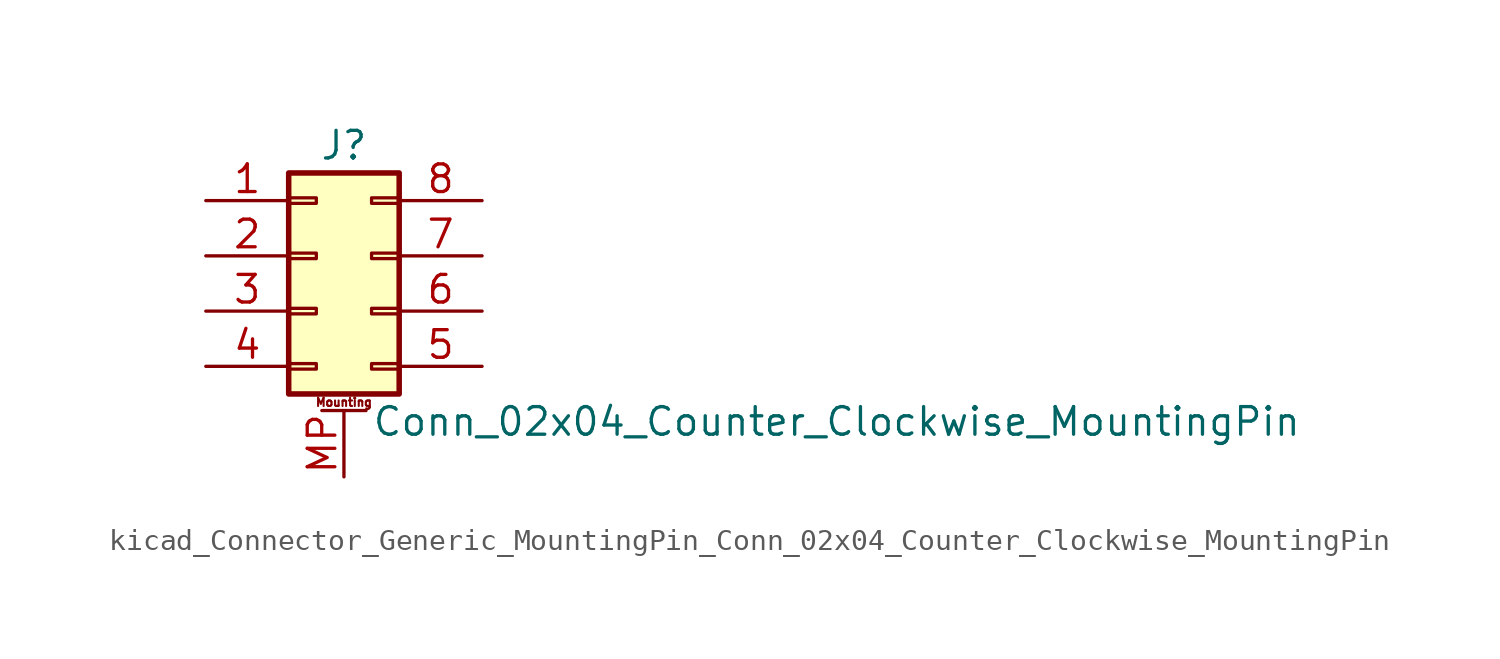
<source format=kicad_sym>
(kicad_symbol_lib
  (version 20220914)
  (generator kicad_symbol_editor)
  (symbol "kicad_Connector_Generic_MountingPin_Conn_02x04_Counter_Clockwise_MountingPin"
    (pin_names
      (offset 1.016) hide)
    (property "Reference" "J"
      (at 1.27 5.08 0)
      (effects (font (size 1.27 1.27))))
    (property "Value" "Conn_02x04_Counter_Clockwise_MountingPin"
      (at 2.54 -7.62 0)
      (effects (font (size 1.27 1.27)) (justify left)))
    (symbol "kicad_Connector_Generic_MountingPin_Conn_02x04_Counter_Clockwise_MountingPin_1_1"
      (rectangle (start -1.27 -4.953) (end 0 -5.207) (stroke (width 0.152) (type default)) (fill (type none)))
      (rectangle (start -1.27 -2.413) (end 0 -2.667) (stroke (width 0.152) (type default)) (fill (type none)))
      (rectangle (start -1.27 0.127) (end 0 -0.127) (stroke (width 0.152) (type default)) (fill (type none)))
      (rectangle (start -1.27 2.667) (end 0 2.413) (stroke (width 0.152) (type default)) (fill (type none)))
      (rectangle (start -1.27 3.81) (end 3.81 -6.35) (stroke (width 0.254) (type default)) (fill (type background)))
      (polyline (pts (xy 0.254 -7.112) (xy 2.286 -7.112)) (stroke (width 0.152) (type default)) (fill (type none)))
      (rectangle (start 3.81 -4.953) (end 2.54 -5.207) (stroke (width 0.152) (type default)) (fill (type none)))
      (rectangle (start 3.81 -2.413) (end 2.54 -2.667) (stroke (width 0.152) (type default)) (fill (type none)))
      (rectangle (start 3.81 0.127) (end 2.54 -0.127) (stroke (width 0.152) (type default)) (fill (type none)))
      (rectangle (start 3.81 2.667) (end 2.54 2.413) (stroke (width 0.152) (type default)) (fill (type none)))
      (text "Mounting" (at 1.27 -6.731 0) (effects (font (size 0.381 0.381))))
      (pin passive line (at -5.08 2.54 0) (length 3.81) (name "Pin_1" (effects (font (size 1.27 1.27)))) (number "1" (effects (font (size 1.27 1.27)))))
      (pin passive line (at -5.08 0 0) (length 3.81) (name "Pin_2" (effects (font (size 1.27 1.27)))) (number "2" (effects (font (size 1.27 1.27)))))
      (pin passive line (at -5.08 -2.54 0) (length 3.81) (name "Pin_3" (effects (font (size 1.27 1.27)))) (number "3" (effects (font (size 1.27 1.27)))))
      (pin passive line (at -5.08 -5.08 0) (length 3.81) (name "Pin_4" (effects (font (size 1.27 1.27)))) (number "4" (effects (font (size 1.27 1.27)))))
      (pin passive line (at 7.62 -5.08 180) (length 3.81) (name "Pin_5" (effects (font (size 1.27 1.27)))) (number "5" (effects (font (size 1.27 1.27)))))
      (pin passive line (at 7.62 -2.54 180) (length 3.81) (name "Pin_6" (effects (font (size 1.27 1.27)))) (number "6" (effects (font (size 1.27 1.27)))))
      (pin passive line (at 7.62 0 180) (length 3.81) (name "Pin_7" (effects (font (size 1.27 1.27)))) (number "7" (effects (font (size 1.27 1.27)))))
      (pin passive line (at 7.62 2.54 180) (length 3.81) (name "Pin_8" (effects (font (size 1.27 1.27)))) (number "8" (effects (font (size 1.27 1.27)))))
      (pin passive line (at 1.27 -10.16 90) (length 3.048) (name "MountPin" (effects (font (size 1.27 1.27)))) (number "MP" (effects (font (size 1.27 1.27))))))))
</source>
